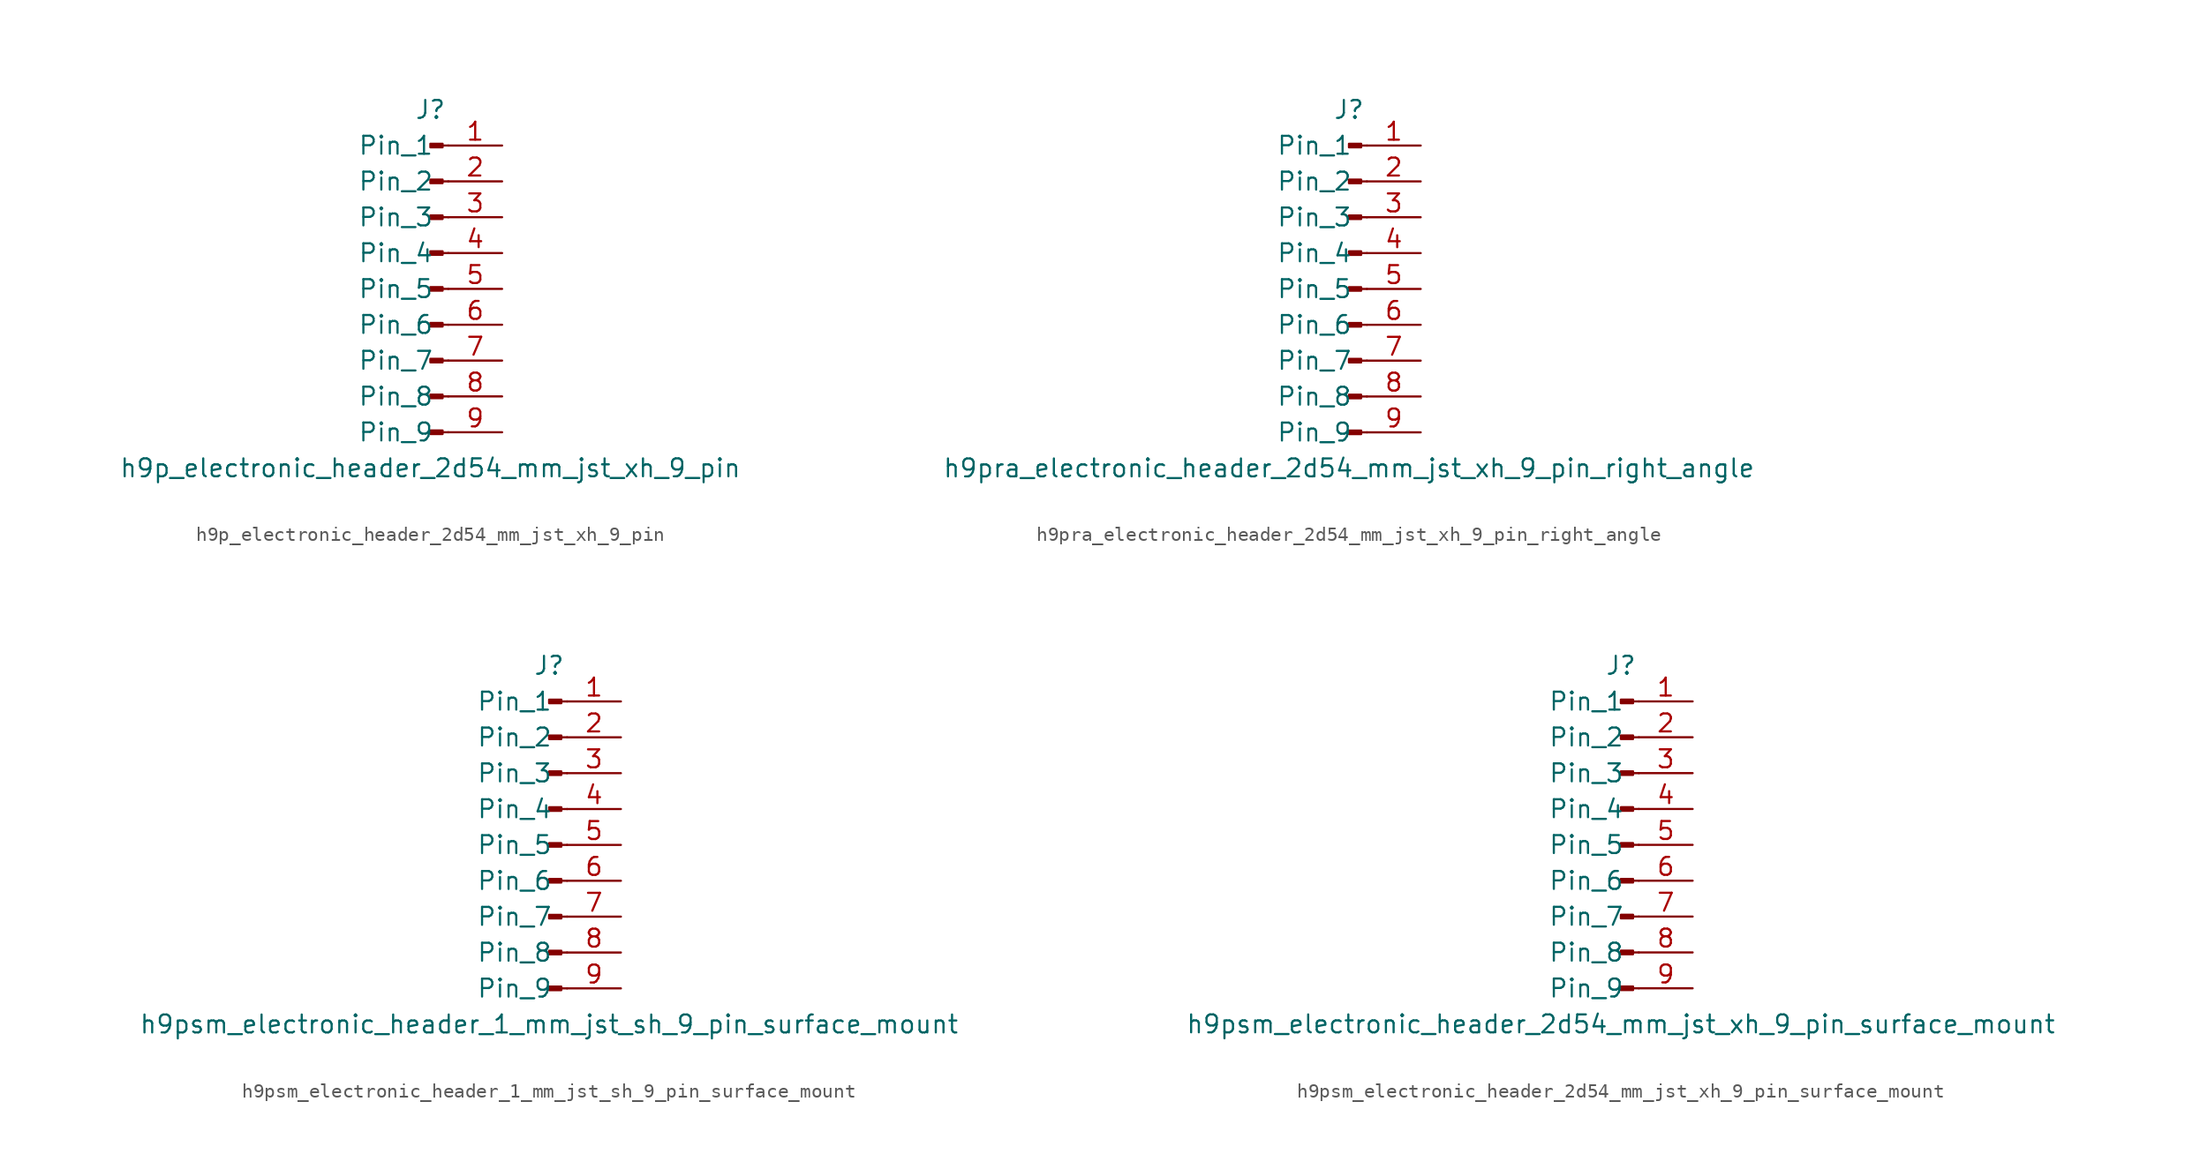
<source format=kicad_sym>
(kicad_symbol_lib
  (version 20220914)
  (generator kicad_symbol_editor)
  (symbol "h9p_electronic_header_2d54_mm_jst_xh_9_pin"
    (pin_names
      (offset 1.016))
    (property "Reference" "J"
      (at 0 12.7 0)
      (effects (font (size 1.27 1.27))))
    (property "Value" "h9p_electronic_header_2d54_mm_jst_xh_9_pin"
      (at 0 -12.7 0)
      (effects (font (size 1.27 1.27))))
    (property "ki_locked" ""
      (at 0 0 0)
      (effects (font (size 1.27 1.27))))
    (symbol "h9p_electronic_header_2d54_mm_jst_xh_9_pin_1_1"
      (polyline (pts (xy 1.27 -10.16) (xy 0.864 -10.16)) (stroke (width 0.152) (type default)) (fill (type none)))
      (polyline (pts (xy 1.27 -7.62) (xy 0.864 -7.62)) (stroke (width 0.152) (type default)) (fill (type none)))
      (polyline (pts (xy 1.27 -5.08) (xy 0.864 -5.08)) (stroke (width 0.152) (type default)) (fill (type none)))
      (polyline (pts (xy 1.27 -2.54) (xy 0.864 -2.54)) (stroke (width 0.152) (type default)) (fill (type none)))
      (polyline (pts (xy 1.27 0) (xy 0.864 0)) (stroke (width 0.152) (type default)) (fill (type none)))
      (polyline (pts (xy 1.27 2.54) (xy 0.864 2.54)) (stroke (width 0.152) (type default)) (fill (type none)))
      (polyline (pts (xy 1.27 5.08) (xy 0.864 5.08)) (stroke (width 0.152) (type default)) (fill (type none)))
      (polyline (pts (xy 1.27 7.62) (xy 0.864 7.62)) (stroke (width 0.152) (type default)) (fill (type none)))
      (polyline (pts (xy 1.27 10.16) (xy 0.864 10.16)) (stroke (width 0.152) (type default)) (fill (type none)))
      (rectangle (start 0.864 -10.033) (end 0 -10.287) (stroke (width 0.152) (type default)) (fill (type outline)))
      (rectangle (start 0.864 -7.493) (end 0 -7.747) (stroke (width 0.152) (type default)) (fill (type outline)))
      (rectangle (start 0.864 -4.953) (end 0 -5.207) (stroke (width 0.152) (type default)) (fill (type outline)))
      (rectangle (start 0.864 -2.413) (end 0 -2.667) (stroke (width 0.152) (type default)) (fill (type outline)))
      (rectangle (start 0.864 0.127) (end 0 -0.127) (stroke (width 0.152) (type default)) (fill (type outline)))
      (rectangle (start 0.864 2.667) (end 0 2.413) (stroke (width 0.152) (type default)) (fill (type outline)))
      (rectangle (start 0.864 5.207) (end 0 4.953) (stroke (width 0.152) (type default)) (fill (type outline)))
      (rectangle (start 0.864 7.747) (end 0 7.493) (stroke (width 0.152) (type default)) (fill (type outline)))
      (rectangle (start 0.864 10.287) (end 0 10.033) (stroke (width 0.152) (type default)) (fill (type outline)))
      (pin passive line (at 5.08 10.16 180) (length 3.81) (name "Pin_1" (effects (font (size 1.27 1.27)))) (number "1" (effects (font (size 1.27 1.27)))))
      (pin passive line (at 5.08 7.62 180) (length 3.81) (name "Pin_2" (effects (font (size 1.27 1.27)))) (number "2" (effects (font (size 1.27 1.27)))))
      (pin passive line (at 5.08 5.08 180) (length 3.81) (name "Pin_3" (effects (font (size 1.27 1.27)))) (number "3" (effects (font (size 1.27 1.27)))))
      (pin passive line (at 5.08 2.54 180) (length 3.81) (name "Pin_4" (effects (font (size 1.27 1.27)))) (number "4" (effects (font (size 1.27 1.27)))))
      (pin passive line (at 5.08 0 180) (length 3.81) (name "Pin_5" (effects (font (size 1.27 1.27)))) (number "5" (effects (font (size 1.27 1.27)))))
      (pin passive line (at 5.08 -2.54 180) (length 3.81) (name "Pin_6" (effects (font (size 1.27 1.27)))) (number "6" (effects (font (size 1.27 1.27)))))
      (pin passive line (at 5.08 -5.08 180) (length 3.81) (name "Pin_7" (effects (font (size 1.27 1.27)))) (number "7" (effects (font (size 1.27 1.27)))))
      (pin passive line (at 5.08 -7.62 180) (length 3.81) (name "Pin_8" (effects (font (size 1.27 1.27)))) (number "8" (effects (font (size 1.27 1.27)))))
      (pin passive line (at 5.08 -10.16 180) (length 3.81) (name "Pin_9" (effects (font (size 1.27 1.27)))) (number "9" (effects (font (size 1.27 1.27)))))))
  (symbol "h9pra_electronic_header_2d54_mm_jst_xh_9_pin_right_angle"
    (pin_names
      (offset 1.016))
    (property "Reference" "J"
      (at 0 12.7 0)
      (effects (font (size 1.27 1.27))))
    (property "Value" "h9pra_electronic_header_2d54_mm_jst_xh_9_pin_right_angle"
      (at 0 -12.7 0)
      (effects (font (size 1.27 1.27))))
    (property "ki_locked" ""
      (at 0 0 0)
      (effects (font (size 1.27 1.27))))
    (symbol "h9pra_electronic_header_2d54_mm_jst_xh_9_pin_right_angle_1_1"
      (polyline (pts (xy 1.27 -10.16) (xy 0.864 -10.16)) (stroke (width 0.152) (type default)) (fill (type none)))
      (polyline (pts (xy 1.27 -7.62) (xy 0.864 -7.62)) (stroke (width 0.152) (type default)) (fill (type none)))
      (polyline (pts (xy 1.27 -5.08) (xy 0.864 -5.08)) (stroke (width 0.152) (type default)) (fill (type none)))
      (polyline (pts (xy 1.27 -2.54) (xy 0.864 -2.54)) (stroke (width 0.152) (type default)) (fill (type none)))
      (polyline (pts (xy 1.27 0) (xy 0.864 0)) (stroke (width 0.152) (type default)) (fill (type none)))
      (polyline (pts (xy 1.27 2.54) (xy 0.864 2.54)) (stroke (width 0.152) (type default)) (fill (type none)))
      (polyline (pts (xy 1.27 5.08) (xy 0.864 5.08)) (stroke (width 0.152) (type default)) (fill (type none)))
      (polyline (pts (xy 1.27 7.62) (xy 0.864 7.62)) (stroke (width 0.152) (type default)) (fill (type none)))
      (polyline (pts (xy 1.27 10.16) (xy 0.864 10.16)) (stroke (width 0.152) (type default)) (fill (type none)))
      (rectangle (start 0.864 -10.033) (end 0 -10.287) (stroke (width 0.152) (type default)) (fill (type outline)))
      (rectangle (start 0.864 -7.493) (end 0 -7.747) (stroke (width 0.152) (type default)) (fill (type outline)))
      (rectangle (start 0.864 -4.953) (end 0 -5.207) (stroke (width 0.152) (type default)) (fill (type outline)))
      (rectangle (start 0.864 -2.413) (end 0 -2.667) (stroke (width 0.152) (type default)) (fill (type outline)))
      (rectangle (start 0.864 0.127) (end 0 -0.127) (stroke (width 0.152) (type default)) (fill (type outline)))
      (rectangle (start 0.864 2.667) (end 0 2.413) (stroke (width 0.152) (type default)) (fill (type outline)))
      (rectangle (start 0.864 5.207) (end 0 4.953) (stroke (width 0.152) (type default)) (fill (type outline)))
      (rectangle (start 0.864 7.747) (end 0 7.493) (stroke (width 0.152) (type default)) (fill (type outline)))
      (rectangle (start 0.864 10.287) (end 0 10.033) (stroke (width 0.152) (type default)) (fill (type outline)))
      (pin passive line (at 5.08 10.16 180) (length 3.81) (name "Pin_1" (effects (font (size 1.27 1.27)))) (number "1" (effects (font (size 1.27 1.27)))))
      (pin passive line (at 5.08 7.62 180) (length 3.81) (name "Pin_2" (effects (font (size 1.27 1.27)))) (number "2" (effects (font (size 1.27 1.27)))))
      (pin passive line (at 5.08 5.08 180) (length 3.81) (name "Pin_3" (effects (font (size 1.27 1.27)))) (number "3" (effects (font (size 1.27 1.27)))))
      (pin passive line (at 5.08 2.54 180) (length 3.81) (name "Pin_4" (effects (font (size 1.27 1.27)))) (number "4" (effects (font (size 1.27 1.27)))))
      (pin passive line (at 5.08 0 180) (length 3.81) (name "Pin_5" (effects (font (size 1.27 1.27)))) (number "5" (effects (font (size 1.27 1.27)))))
      (pin passive line (at 5.08 -2.54 180) (length 3.81) (name "Pin_6" (effects (font (size 1.27 1.27)))) (number "6" (effects (font (size 1.27 1.27)))))
      (pin passive line (at 5.08 -5.08 180) (length 3.81) (name "Pin_7" (effects (font (size 1.27 1.27)))) (number "7" (effects (font (size 1.27 1.27)))))
      (pin passive line (at 5.08 -7.62 180) (length 3.81) (name "Pin_8" (effects (font (size 1.27 1.27)))) (number "8" (effects (font (size 1.27 1.27)))))
      (pin passive line (at 5.08 -10.16 180) (length 3.81) (name "Pin_9" (effects (font (size 1.27 1.27)))) (number "9" (effects (font (size 1.27 1.27)))))))
  (symbol "h9psm_electronic_header_1_mm_jst_sh_9_pin_surface_mount"
    (pin_names
      (offset 1.016))
    (property "Reference" "J"
      (at 0 12.7 0)
      (effects (font (size 1.27 1.27))))
    (property "Value" "h9psm_electronic_header_1_mm_jst_sh_9_pin_surface_mount"
      (at 0 -12.7 0)
      (effects (font (size 1.27 1.27))))
    (property "ki_locked" ""
      (at 0 0 0)
      (effects (font (size 1.27 1.27))))
    (symbol "h9psm_electronic_header_1_mm_jst_sh_9_pin_surface_mount_1_1"
      (polyline (pts (xy 1.27 -10.16) (xy 0.864 -10.16)) (stroke (width 0.152) (type default)) (fill (type none)))
      (polyline (pts (xy 1.27 -7.62) (xy 0.864 -7.62)) (stroke (width 0.152) (type default)) (fill (type none)))
      (polyline (pts (xy 1.27 -5.08) (xy 0.864 -5.08)) (stroke (width 0.152) (type default)) (fill (type none)))
      (polyline (pts (xy 1.27 -2.54) (xy 0.864 -2.54)) (stroke (width 0.152) (type default)) (fill (type none)))
      (polyline (pts (xy 1.27 0) (xy 0.864 0)) (stroke (width 0.152) (type default)) (fill (type none)))
      (polyline (pts (xy 1.27 2.54) (xy 0.864 2.54)) (stroke (width 0.152) (type default)) (fill (type none)))
      (polyline (pts (xy 1.27 5.08) (xy 0.864 5.08)) (stroke (width 0.152) (type default)) (fill (type none)))
      (polyline (pts (xy 1.27 7.62) (xy 0.864 7.62)) (stroke (width 0.152) (type default)) (fill (type none)))
      (polyline (pts (xy 1.27 10.16) (xy 0.864 10.16)) (stroke (width 0.152) (type default)) (fill (type none)))
      (rectangle (start 0.864 -10.033) (end 0 -10.287) (stroke (width 0.152) (type default)) (fill (type outline)))
      (rectangle (start 0.864 -7.493) (end 0 -7.747) (stroke (width 0.152) (type default)) (fill (type outline)))
      (rectangle (start 0.864 -4.953) (end 0 -5.207) (stroke (width 0.152) (type default)) (fill (type outline)))
      (rectangle (start 0.864 -2.413) (end 0 -2.667) (stroke (width 0.152) (type default)) (fill (type outline)))
      (rectangle (start 0.864 0.127) (end 0 -0.127) (stroke (width 0.152) (type default)) (fill (type outline)))
      (rectangle (start 0.864 2.667) (end 0 2.413) (stroke (width 0.152) (type default)) (fill (type outline)))
      (rectangle (start 0.864 5.207) (end 0 4.953) (stroke (width 0.152) (type default)) (fill (type outline)))
      (rectangle (start 0.864 7.747) (end 0 7.493) (stroke (width 0.152) (type default)) (fill (type outline)))
      (rectangle (start 0.864 10.287) (end 0 10.033) (stroke (width 0.152) (type default)) (fill (type outline)))
      (pin passive line (at 5.08 10.16 180) (length 3.81) (name "Pin_1" (effects (font (size 1.27 1.27)))) (number "1" (effects (font (size 1.27 1.27)))))
      (pin passive line (at 5.08 7.62 180) (length 3.81) (name "Pin_2" (effects (font (size 1.27 1.27)))) (number "2" (effects (font (size 1.27 1.27)))))
      (pin passive line (at 5.08 5.08 180) (length 3.81) (name "Pin_3" (effects (font (size 1.27 1.27)))) (number "3" (effects (font (size 1.27 1.27)))))
      (pin passive line (at 5.08 2.54 180) (length 3.81) (name "Pin_4" (effects (font (size 1.27 1.27)))) (number "4" (effects (font (size 1.27 1.27)))))
      (pin passive line (at 5.08 0 180) (length 3.81) (name "Pin_5" (effects (font (size 1.27 1.27)))) (number "5" (effects (font (size 1.27 1.27)))))
      (pin passive line (at 5.08 -2.54 180) (length 3.81) (name "Pin_6" (effects (font (size 1.27 1.27)))) (number "6" (effects (font (size 1.27 1.27)))))
      (pin passive line (at 5.08 -5.08 180) (length 3.81) (name "Pin_7" (effects (font (size 1.27 1.27)))) (number "7" (effects (font (size 1.27 1.27)))))
      (pin passive line (at 5.08 -7.62 180) (length 3.81) (name "Pin_8" (effects (font (size 1.27 1.27)))) (number "8" (effects (font (size 1.27 1.27)))))
      (pin passive line (at 5.08 -10.16 180) (length 3.81) (name "Pin_9" (effects (font (size 1.27 1.27)))) (number "9" (effects (font (size 1.27 1.27)))))))
  (symbol "h9psm_electronic_header_2d54_mm_jst_xh_9_pin_surface_mount"
    (pin_names
      (offset 1.016))
    (property "Reference" "J"
      (at 0 12.7 0)
      (effects (font (size 1.27 1.27))))
    (property "Value" "h9psm_electronic_header_2d54_mm_jst_xh_9_pin_surface_mount"
      (at 0 -12.7 0)
      (effects (font (size 1.27 1.27))))
    (property "ki_locked" ""
      (at 0 0 0)
      (effects (font (size 1.27 1.27))))
    (symbol "h9psm_electronic_header_2d54_mm_jst_xh_9_pin_surface_mount_1_1"
      (polyline (pts (xy 1.27 -10.16) (xy 0.864 -10.16)) (stroke (width 0.152) (type default)) (fill (type none)))
      (polyline (pts (xy 1.27 -7.62) (xy 0.864 -7.62)) (stroke (width 0.152) (type default)) (fill (type none)))
      (polyline (pts (xy 1.27 -5.08) (xy 0.864 -5.08)) (stroke (width 0.152) (type default)) (fill (type none)))
      (polyline (pts (xy 1.27 -2.54) (xy 0.864 -2.54)) (stroke (width 0.152) (type default)) (fill (type none)))
      (polyline (pts (xy 1.27 0) (xy 0.864 0)) (stroke (width 0.152) (type default)) (fill (type none)))
      (polyline (pts (xy 1.27 2.54) (xy 0.864 2.54)) (stroke (width 0.152) (type default)) (fill (type none)))
      (polyline (pts (xy 1.27 5.08) (xy 0.864 5.08)) (stroke (width 0.152) (type default)) (fill (type none)))
      (polyline (pts (xy 1.27 7.62) (xy 0.864 7.62)) (stroke (width 0.152) (type default)) (fill (type none)))
      (polyline (pts (xy 1.27 10.16) (xy 0.864 10.16)) (stroke (width 0.152) (type default)) (fill (type none)))
      (rectangle (start 0.864 -10.033) (end 0 -10.287) (stroke (width 0.152) (type default)) (fill (type outline)))
      (rectangle (start 0.864 -7.493) (end 0 -7.747) (stroke (width 0.152) (type default)) (fill (type outline)))
      (rectangle (start 0.864 -4.953) (end 0 -5.207) (stroke (width 0.152) (type default)) (fill (type outline)))
      (rectangle (start 0.864 -2.413) (end 0 -2.667) (stroke (width 0.152) (type default)) (fill (type outline)))
      (rectangle (start 0.864 0.127) (end 0 -0.127) (stroke (width 0.152) (type default)) (fill (type outline)))
      (rectangle (start 0.864 2.667) (end 0 2.413) (stroke (width 0.152) (type default)) (fill (type outline)))
      (rectangle (start 0.864 5.207) (end 0 4.953) (stroke (width 0.152) (type default)) (fill (type outline)))
      (rectangle (start 0.864 7.747) (end 0 7.493) (stroke (width 0.152) (type default)) (fill (type outline)))
      (rectangle (start 0.864 10.287) (end 0 10.033) (stroke (width 0.152) (type default)) (fill (type outline)))
      (pin passive line (at 5.08 10.16 180) (length 3.81) (name "Pin_1" (effects (font (size 1.27 1.27)))) (number "1" (effects (font (size 1.27 1.27)))))
      (pin passive line (at 5.08 7.62 180) (length 3.81) (name "Pin_2" (effects (font (size 1.27 1.27)))) (number "2" (effects (font (size 1.27 1.27)))))
      (pin passive line (at 5.08 5.08 180) (length 3.81) (name "Pin_3" (effects (font (size 1.27 1.27)))) (number "3" (effects (font (size 1.27 1.27)))))
      (pin passive line (at 5.08 2.54 180) (length 3.81) (name "Pin_4" (effects (font (size 1.27 1.27)))) (number "4" (effects (font (size 1.27 1.27)))))
      (pin passive line (at 5.08 0 180) (length 3.81) (name "Pin_5" (effects (font (size 1.27 1.27)))) (number "5" (effects (font (size 1.27 1.27)))))
      (pin passive line (at 5.08 -2.54 180) (length 3.81) (name "Pin_6" (effects (font (size 1.27 1.27)))) (number "6" (effects (font (size 1.27 1.27)))))
      (pin passive line (at 5.08 -5.08 180) (length 3.81) (name "Pin_7" (effects (font (size 1.27 1.27)))) (number "7" (effects (font (size 1.27 1.27)))))
      (pin passive line (at 5.08 -7.62 180) (length 3.81) (name "Pin_8" (effects (font (size 1.27 1.27)))) (number "8" (effects (font (size 1.27 1.27)))))
      (pin passive line (at 5.08 -10.16 180) (length 3.81) (name "Pin_9" (effects (font (size 1.27 1.27)))) (number "9" (effects (font (size 1.27 1.27))))))))
</source>
